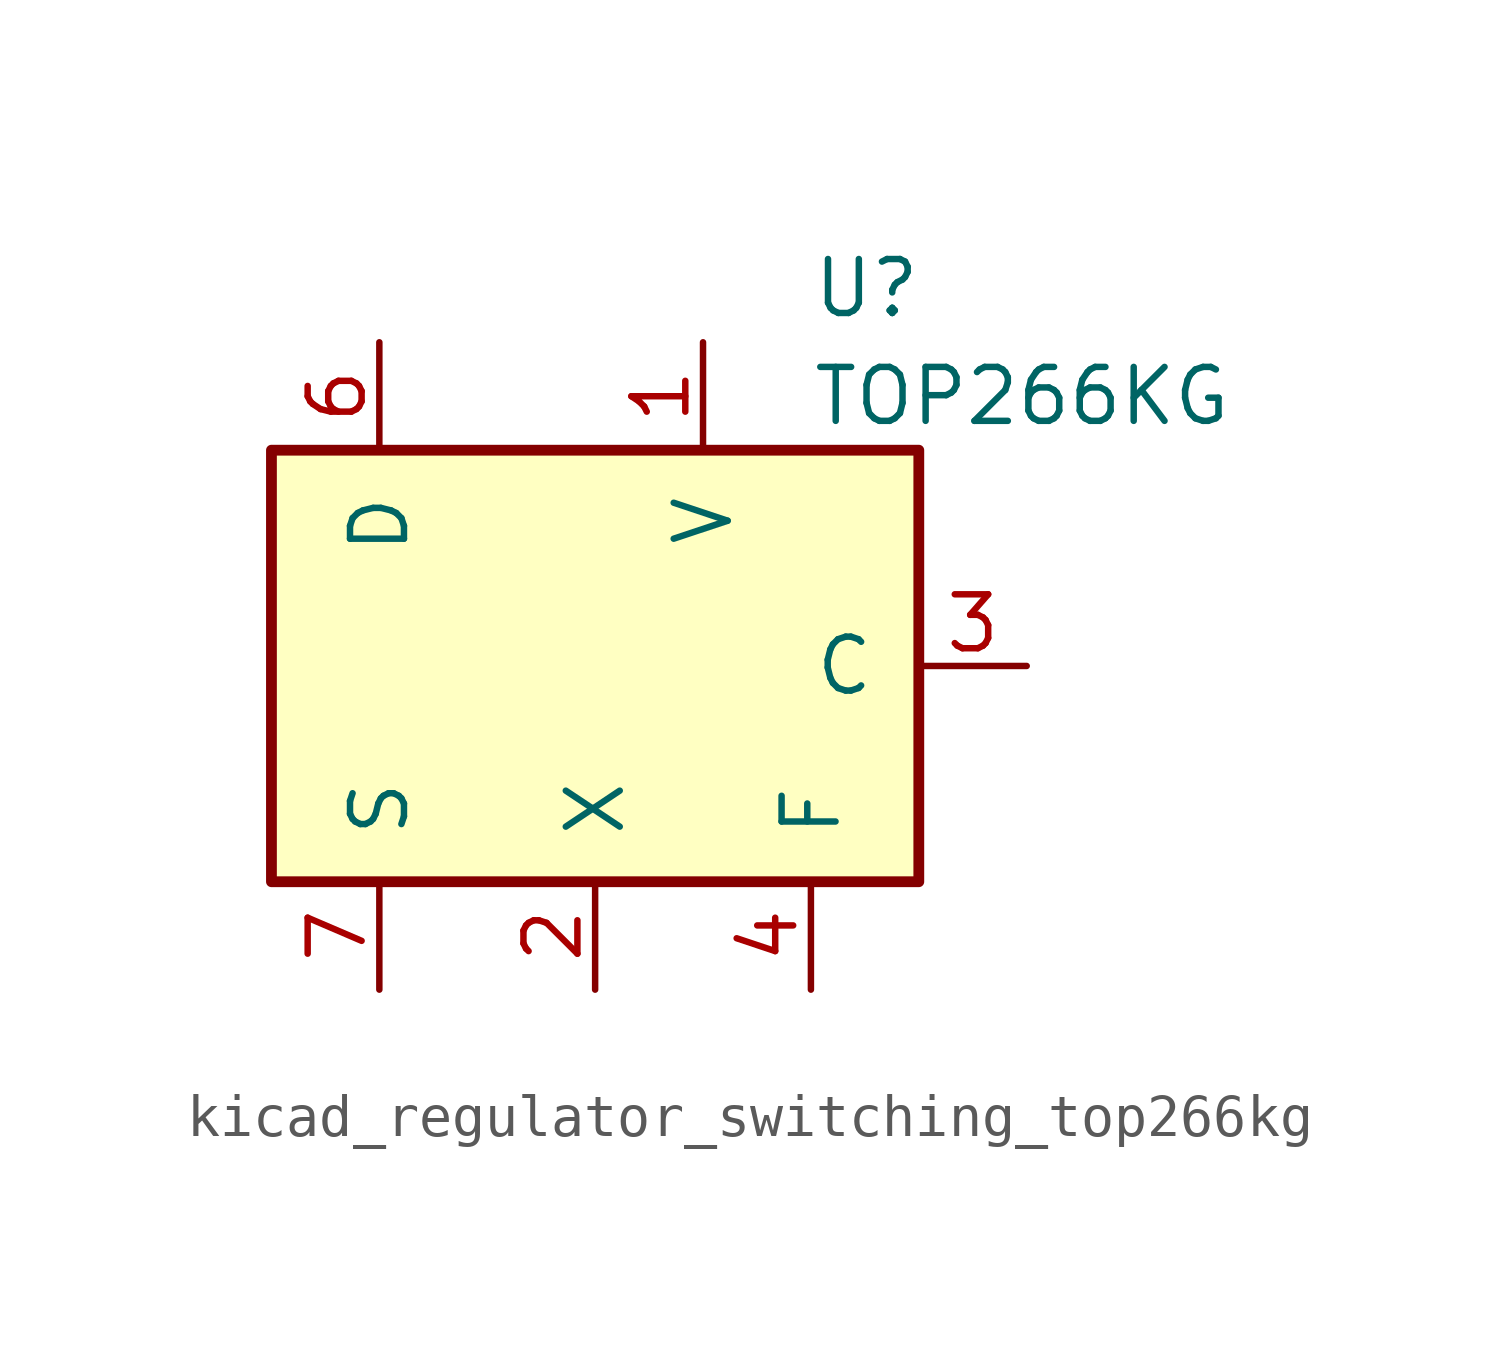
<source format=kicad_sym>
(kicad_symbol_lib
  (version 20220914)
  (generator kicad_symbol_editor)
  (symbol "kicad_regulator_switching_top266kg"
    (pin_names
      (offset 1.016))
    (property "Reference" "U"
      (at 5.08 8.89 0)
      (effects (font (size 1.27 1.27)) (justify left)))
    (property "Value" "TOP266KG"
      (at 5.08 6.35 0)
      (effects (font (size 1.27 1.27)) (justify left)))
    (symbol "kicad_regulator_switching_top266kg_0_1"
      (rectangle (start -7.62 5.08) (end 7.62 -5.08) (stroke (width 0.254) (type default)) (fill (type background))))
    (symbol "kicad_regulator_switching_top266kg_1_1"
      (pin input line (at 2.54 7.62 270) (length 2.54) (name "V" (effects (font (size 1.27 1.27)))) (number "1" (effects (font (size 1.27 1.27)))))
      (pin passive line (at -5.08 -7.62 90) (length 2.54) hide (name "S" (effects (font (size 1.27 1.27)))) (number "10" (effects (font (size 1.27 1.27)))))
      (pin passive line (at -5.08 -7.62 90) (length 2.54) hide (name "S" (effects (font (size 1.27 1.27)))) (number "11" (effects (font (size 1.27 1.27)))))
      (pin passive line (at -5.08 -7.62 90) (length 2.54) hide (name "S" (effects (font (size 1.27 1.27)))) (number "12" (effects (font (size 1.27 1.27)))))
      (pin input line (at 0 -7.62 90) (length 2.54) (name "X" (effects (font (size 1.27 1.27)))) (number "2" (effects (font (size 1.27 1.27)))))
      (pin input line (at 10.16 0 180) (length 2.54) (name "C" (effects (font (size 1.27 1.27)))) (number "3" (effects (font (size 1.27 1.27)))))
      (pin passive line (at 5.08 -7.62 90) (length 2.54) (name "F" (effects (font (size 1.27 1.27)))) (number "4" (effects (font (size 1.27 1.27)))))
      (pin open_collector line (at -5.08 7.62 270) (length 2.54) (name "D" (effects (font (size 1.27 1.27)))) (number "6" (effects (font (size 1.27 1.27)))))
      (pin power_in line (at -5.08 -7.62 90) (length 2.54) (name "S" (effects (font (size 1.27 1.27)))) (number "7" (effects (font (size 1.27 1.27)))))
      (pin passive line (at -5.08 -7.62 90) (length 2.54) hide (name "S" (effects (font (size 1.27 1.27)))) (number "8" (effects (font (size 1.27 1.27)))))
      (pin passive line (at -5.08 -7.62 90) (length 2.54) hide (name "S" (effects (font (size 1.27 1.27)))) (number "9" (effects (font (size 1.27 1.27))))))))
</source>
